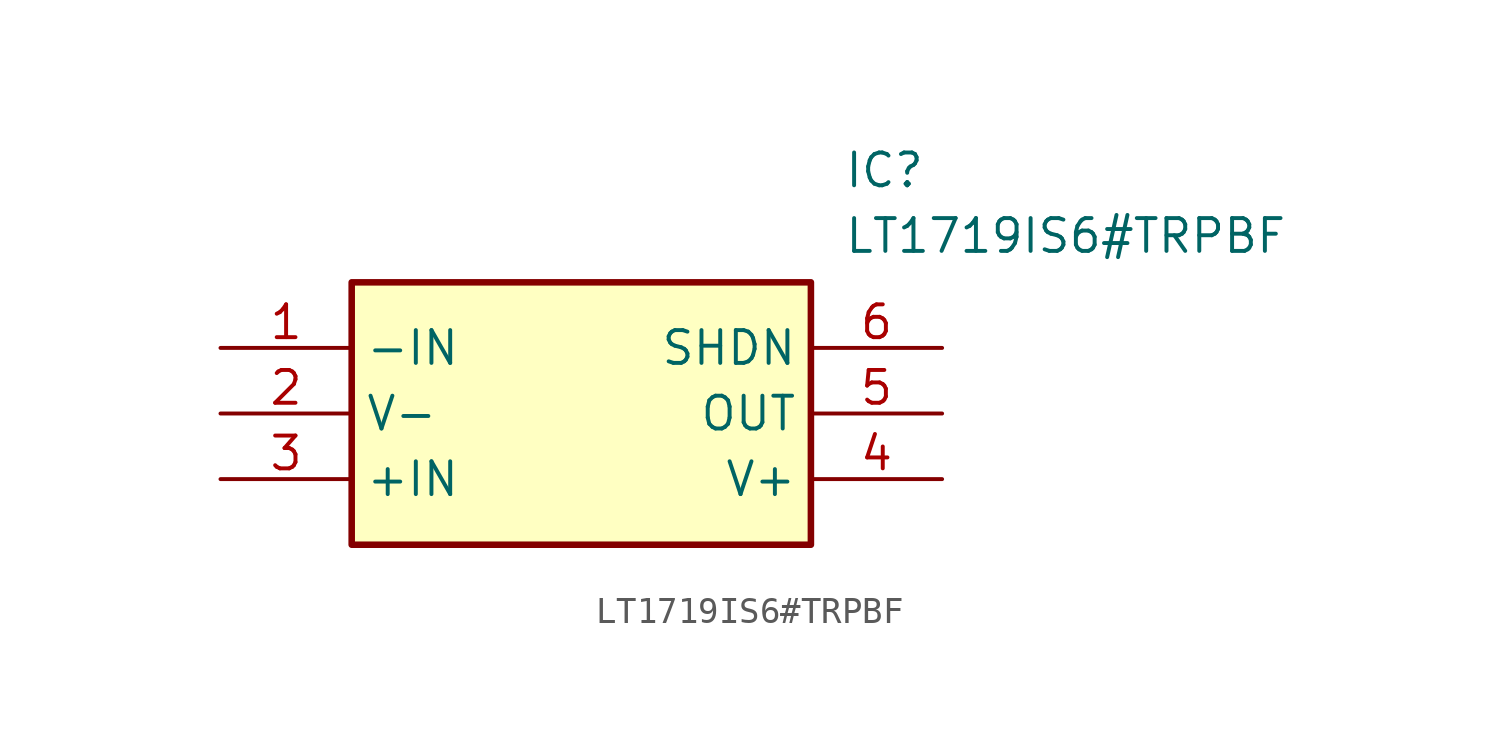
<source format=kicad_sym>
(kicad_symbol_lib
  (version 20211014)
  (generator SamacSys_ECAD_Model)
  (symbol "LT1719IS6#TRPBF"
    (property "Reference" "IC"
      (at 24.13 7.62 0)
      (effects (font (size 1.27 1.27)) (justify left top)))
    (property "Value" "LT1719IS6#TRPBF"
      (at 24.13 5.08 0)
      (effects (font (size 1.27 1.27)) (justify left top)))
    (rectangle
      (start 5.08 2.54)
      (end 22.86 -7.62)
      (stroke (width 0.254) (type default))
      (fill (type background)))
    (pin passive line
      (at 0 0 0)
      (length 5.08)
      (name "-IN" (effects (font (size 1.27 1.27))))
      (number "1" (effects (font (size 1.27 1.27)))))
    (pin passive line
      (at 0 -2.54 0)
      (length 5.08)
      (name "V-" (effects (font (size 1.27 1.27))))
      (number "2" (effects (font (size 1.27 1.27)))))
    (pin passive line
      (at 0 -5.08 0)
      (length 5.08)
      (name "+IN" (effects (font (size 1.27 1.27))))
      (number "3" (effects (font (size 1.27 1.27)))))
    (pin passive line
      (at 27.94 0 180)
      (length 5.08)
      (name "SHDN" (effects (font (size 1.27 1.27))))
      (number "6" (effects (font (size 1.27 1.27)))))
    (pin passive line
      (at 27.94 -2.54 180)
      (length 5.08)
      (name "OUT" (effects (font (size 1.27 1.27))))
      (number "5" (effects (font (size 1.27 1.27)))))
    (pin passive line
      (at 27.94 -5.08 180)
      (length 5.08)
      (name "V+" (effects (font (size 1.27 1.27))))
      (number "4" (effects (font (size 1.27 1.27)))))))
</source>
